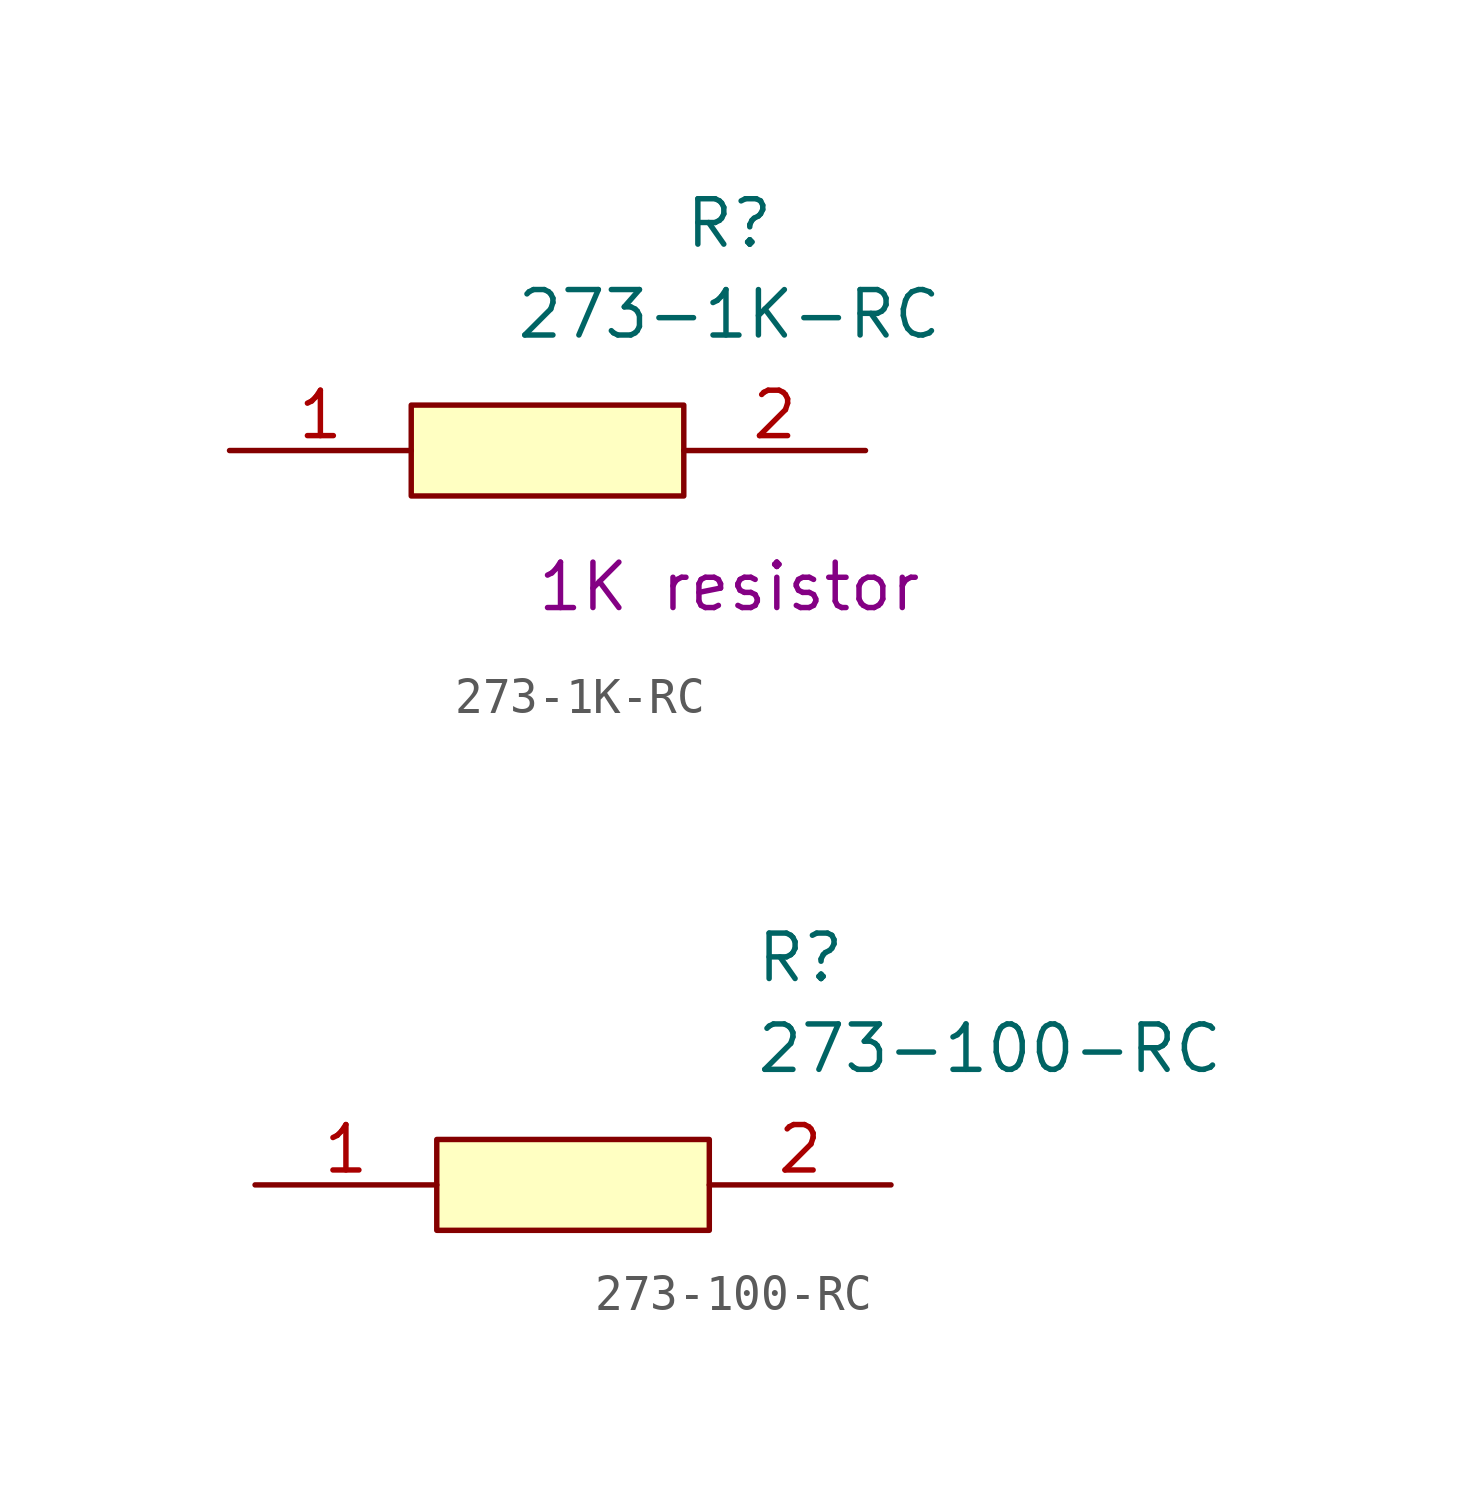
<source format=kicad_sym>
(kicad_symbol_lib
  (version 20211014)
  (generator kicad_symbol_editor)
  (symbol "273-1K-RC"
    (pin_names
      (offset 0.762))
    (property "Reference" "R"
      (at 13.97 6.35 0)
      (effects (font (size 1.27 1.27))))
    (property "Value" "273-1K-RC"
      (at 13.97 3.81 0)
      (effects (font (size 1.27 1.27))))
    (property "Description" "1K resistor"
      (at 13.97 -3.81 0)
      (effects (font (size 1.27 1.27))))
    (symbol "273-1K-RC_0_0"
      (pin passive line (at 0 0 0) (length 5.08) (name "~" (effects (font (size 1.27 1.27)))) (number "1" (effects (font (size 1.27 1.27)))))
      (pin passive line (at 17.78 0 180) (length 5.08) (name "~" (effects (font (size 1.27 1.27)))) (number "2" (effects (font (size 1.27 1.27))))))
    (symbol "273-1K-RC_0_1"
      (polyline (pts (xy 5.08 1.27) (xy 12.7 1.27) (xy 12.7 -1.27) (xy 5.08 -1.27) (xy 5.08 1.27)) (stroke (width 0.152) (type default) (color 0 0 0 0)) (fill (type background)))))
  (symbol "273-100-RC"
    (pin_names
      (offset 0.762))
    (property "Reference" "R"
      (at 13.97 6.35 0)
      (effects (font (size 1.27 1.27)) (justify left)))
    (property "Value" "273-100-RC"
      (at 13.97 3.81 0)
      (effects (font (size 1.27 1.27)) (justify left)))
    (symbol "273-100-RC_0_0"
      (pin passive line (at 0 0 0) (length 5.08) (name "~" (effects (font (size 1.27 1.27)))) (number "1" (effects (font (size 1.27 1.27)))))
      (pin passive line (at 17.78 0 180) (length 5.08) (name "~" (effects (font (size 1.27 1.27)))) (number "2" (effects (font (size 1.27 1.27))))))
    (symbol "273-100-RC_0_1"
      (polyline (pts (xy 5.08 1.27) (xy 12.7 1.27) (xy 12.7 -1.27) (xy 5.08 -1.27) (xy 5.08 1.27)) (stroke (width 0.152) (type default) (color 0 0 0 0)) (fill (type background))))))
</source>
